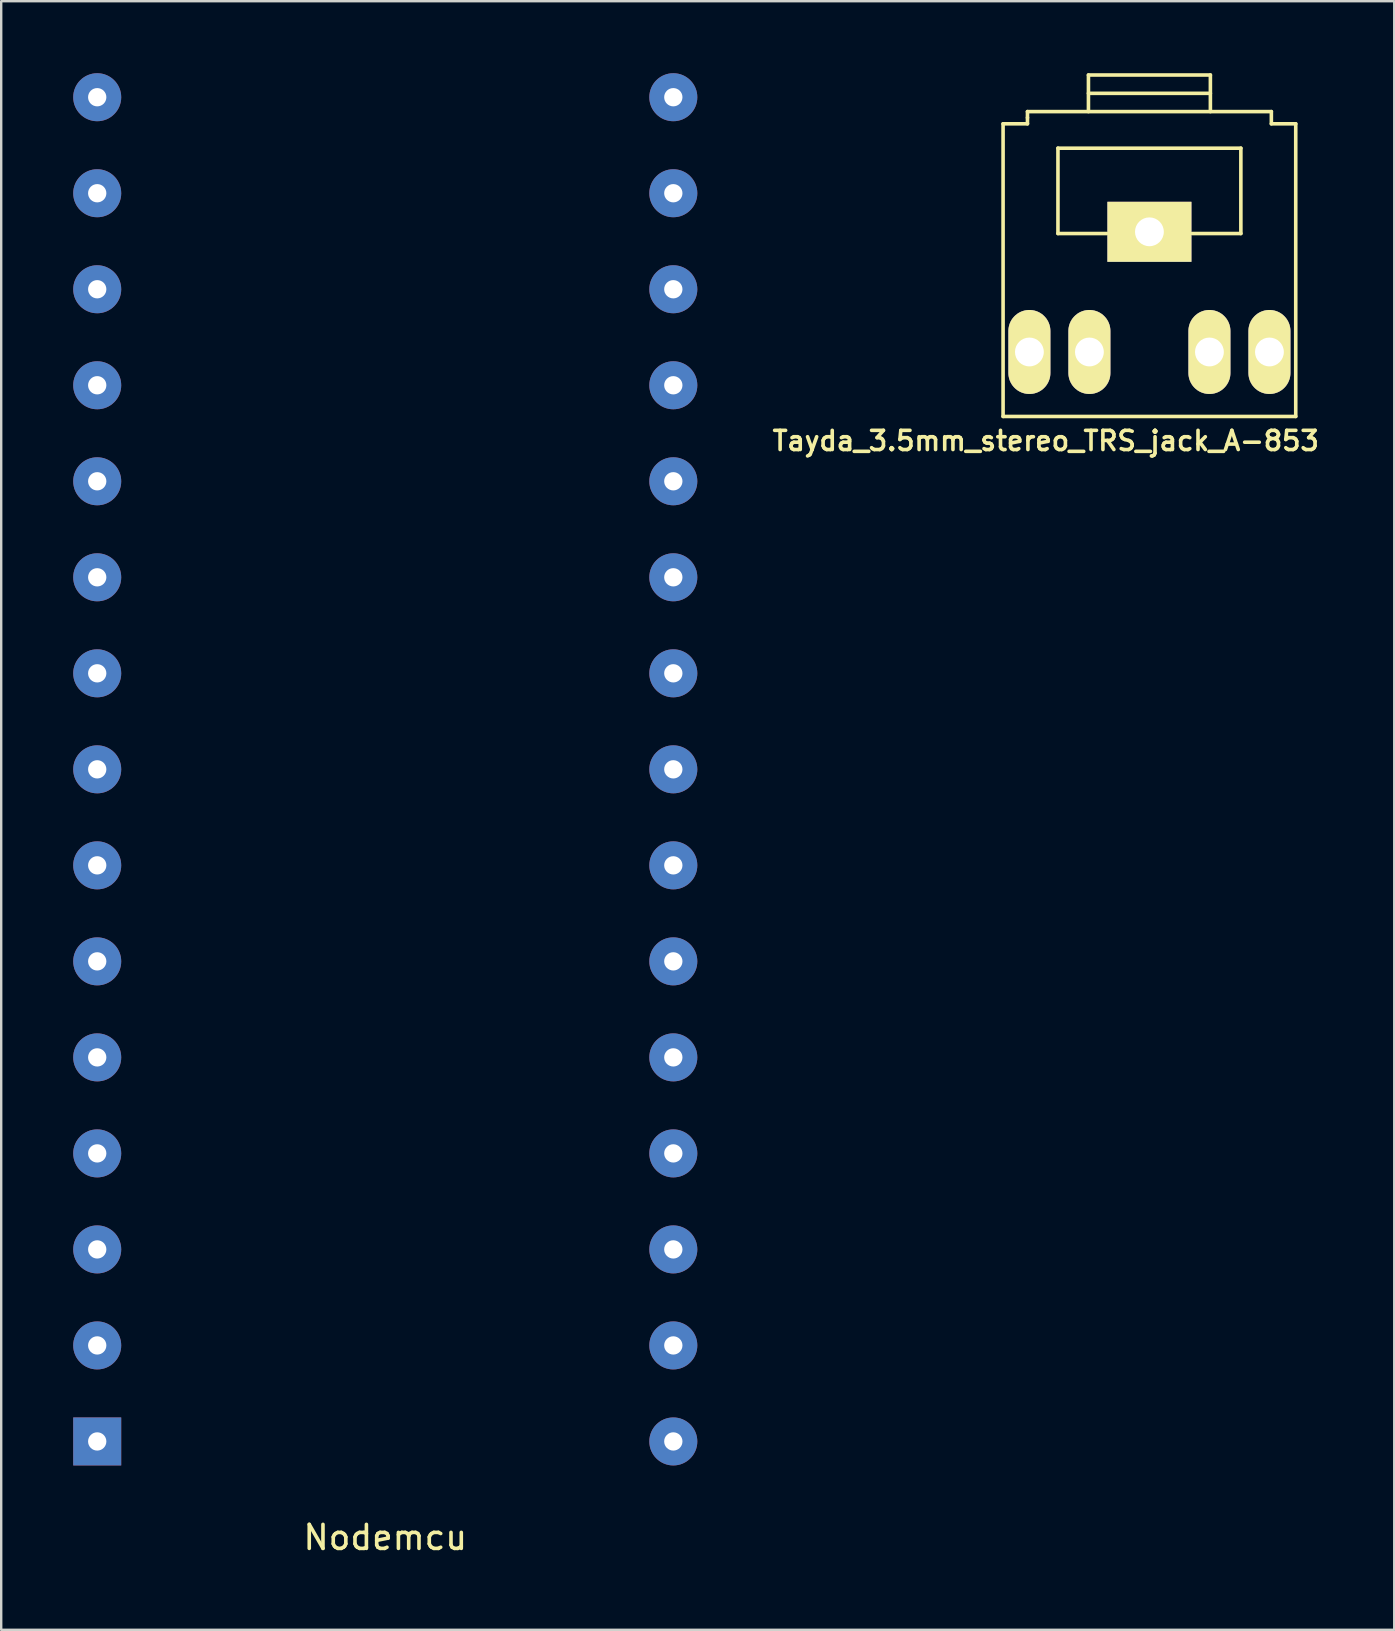
<source format=kicad_pcb>
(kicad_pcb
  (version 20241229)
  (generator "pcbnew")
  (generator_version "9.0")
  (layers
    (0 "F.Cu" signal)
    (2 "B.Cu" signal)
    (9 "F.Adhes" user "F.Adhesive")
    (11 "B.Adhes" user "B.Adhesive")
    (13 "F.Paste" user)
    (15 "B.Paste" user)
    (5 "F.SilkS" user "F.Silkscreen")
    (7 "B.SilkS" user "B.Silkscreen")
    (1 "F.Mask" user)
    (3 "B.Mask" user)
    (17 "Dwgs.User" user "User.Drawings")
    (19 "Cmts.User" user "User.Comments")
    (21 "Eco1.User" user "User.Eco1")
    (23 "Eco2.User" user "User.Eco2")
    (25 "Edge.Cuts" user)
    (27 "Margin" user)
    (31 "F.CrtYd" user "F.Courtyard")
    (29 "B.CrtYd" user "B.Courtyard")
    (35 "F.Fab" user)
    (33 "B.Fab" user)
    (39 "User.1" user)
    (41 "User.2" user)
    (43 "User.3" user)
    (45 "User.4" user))
  (footprint "Nodemcu"
    (layer "F.Cu")
    (at 13 57)
    (property "Reference" "Nodemcu" (at 0 4 0) (layer "F.SilkS") (effects (font (size 1 1) (thickness 0.15))))
    (attr through_hole)
    (fp_line (start -10 -56) (end -10 0) (stroke (width 0.5) (type solid)) (layer "Eco2.User"))
    (fp_line (start -10 0) (end 10 0) (stroke (width 0.5) (type solid)) (layer "Eco2.User"))
    (fp_line (start -3 0) (end -3 -4) (stroke (width 0.5) (type solid)) (layer "Eco2.User"))
    (fp_line (start 3 -4) (end -3 -4) (stroke (width 0.5) (type solid)) (layer "Eco2.User"))
    (fp_line (start 3 -4) (end 3 0) (stroke (width 0.5) (type solid)) (layer "Eco2.User"))
    (fp_line (start 10 -56) (end -10 -56) (stroke (width 0.5) (type solid)) (layer "Eco2.User"))
    (fp_line (start 10 0) (end 10 -56) (stroke (width 0.5) (type solid)) (layer "Eco2.User"))
    (pad "1" thru_hole rect (at -12 0) (size 2 2) (drill 0.762) (layers "*.Cu" "*.Mask"))
    (pad "2" thru_hole circle (at -12 -4) (size 2 2) (drill 0.762) (layers "*.Cu" "*.Mask"))
    (pad "3" thru_hole circle (at -12 -8) (size 2 2) (drill 0.762) (layers "*.Cu" "*.Mask"))
    (pad "4" thru_hole circle (at -12 -12) (size 2 2) (drill 0.762) (layers "*.Cu" "*.Mask"))
    (pad "5" thru_hole circle (at -12 -16) (size 2 2) (drill 0.762) (layers "*.Cu" "*.Mask"))
    (pad "6" thru_hole circle (at -12 -20) (size 2 2) (drill 0.762) (layers "*.Cu" "*.Mask"))
    (pad "7" thru_hole circle (at -12 -24) (size 2 2) (drill 0.762) (layers "*.Cu" "*.Mask"))
    (pad "8" thru_hole circle (at -12 -28) (size 2 2) (drill 0.762) (layers "*.Cu" "*.Mask"))
    (pad "9" thru_hole circle (at -12 -32) (size 2 2) (drill 0.762) (layers "*.Cu" "*.Mask"))
    (pad "10" thru_hole circle (at -12 -36) (size 2 2) (drill 0.762) (layers "*.Cu" "*.Mask"))
    (pad "11" thru_hole circle (at -12 -40) (size 2 2) (drill 0.762) (layers "*.Cu" "*.Mask"))
    (pad "12" thru_hole circle (at -12 -44) (size 2 2) (drill 0.762) (layers "*.Cu" "*.Mask"))
    (pad "13" thru_hole circle (at -12 -48) (size 2 2) (drill 0.762) (layers "*.Cu" "*.Mask"))
    (pad "14" thru_hole circle (at -12 -52) (size 2 2) (drill 0.762) (layers "*.Cu" "*.Mask"))
    (pad "15" thru_hole circle (at -12 -56) (size 2 2) (drill 0.762) (layers "*.Cu" "*.Mask"))
    (pad "16" thru_hole circle (at 12 0) (size 2 2) (drill 0.762) (layers "*.Cu" "*.Mask"))
    (pad "17" thru_hole circle (at 12 -4) (size 2 2) (drill 0.762) (layers "*.Cu" "*.Mask"))
    (pad "18" thru_hole circle (at 12 -8) (size 2 2) (drill 0.762) (layers "*.Cu" "*.Mask"))
    (pad "19" thru_hole circle (at 12 -12) (size 2 2) (drill 0.762) (layers "*.Cu" "*.Mask"))
    (pad "20" thru_hole circle (at 12 -16) (size 2 2) (drill 0.762) (layers "*.Cu" "*.Mask"))
    (pad "21" thru_hole circle (at 12 -20) (size 2 2) (drill 0.762) (layers "*.Cu" "*.Mask"))
    (pad "22" thru_hole circle (at 12 -24) (size 2 2) (drill 0.762) (layers "*.Cu" "*.Mask"))
    (pad "23" thru_hole circle (at 12 -28) (size 2 2) (drill 0.762) (layers "*.Cu" "*.Mask"))
    (pad "24" thru_hole circle (at 12 -32) (size 2 2) (drill 0.762) (layers "*.Cu" "*.Mask"))
    (pad "25" thru_hole circle (at 12 -36) (size 2 2) (drill 0.762) (layers "*.Cu" "*.Mask"))
    (pad "26" thru_hole circle (at 12 -40) (size 2 2) (drill 0.762) (layers "*.Cu" "*.Mask"))
    (pad "27" thru_hole circle (at 12 -44) (size 2 2) (drill 0.762) (layers "*.Cu" "*.Mask"))
    (pad "28" thru_hole circle (at 12 -48) (size 2 2) (drill 0.762) (layers "*.Cu" "*.Mask"))
    (pad "29" thru_hole circle (at 12 -52) (size 2 2) (drill 0.762) (layers "*.Cu" "*.Mask"))
    (pad "30" thru_hole circle (at 12 -56) (size 2 2) (drill 0.762) (layers "*.Cu" "*.Mask")))
  (footprint "Tayda_3.5mm_stereo_TRS_jack_A-853"
    (layer "F.Cu")
    (at 44.834 8.203)
    (property "Reference" "Tayda_3.5mm_stereo_TRS_jack_A-853" (at -4.318 7.112 0) (layer "F.SilkS") (effects (font (size 0.8 0.8) (thickness 0.15))))
    (attr through_hole)
    (fp_line (start -6.096 6.096) (end -6.096 -6.096) (stroke (width 0.15) (type solid)) (layer "F.SilkS"))
    (fp_line (start -5.08 -6.604) (end 5.08 -6.604) (stroke (width 0.15) (type solid)) (layer "F.SilkS"))
    (fp_line (start -5.08 -6.35) (end -5.08 -6.604) (stroke (width 0.15) (type solid)) (layer "F.SilkS"))
    (fp_line (start -5.08 -6.096) (end -6.096 -6.096) (stroke (width 0.15) (type solid)) (layer "F.SilkS"))
    (fp_line (start -5.08 -6.096) (end -5.08 -6.35) (stroke (width 0.15) (type solid)) (layer "F.SilkS"))
    (fp_line (start -3.81 -5.08) (end 3.81 -5.08) (stroke (width 0.15) (type solid)) (layer "F.SilkS"))
    (fp_line (start -3.81 -1.524) (end -3.81 -5.08) (stroke (width 0.15) (type solid)) (layer "F.SilkS"))
    (fp_line (start -2.54 -8.128) (end -2.54 -6.604) (stroke (width 0.15) (type solid)) (layer "F.SilkS"))
    (fp_line (start -2.54 -8.128) (end 2.54 -8.128) (stroke (width 0.15) (type solid)) (layer "F.SilkS"))
    (fp_line (start -2.54 -7.366) (end 2.54 -7.366) (stroke (width 0.15) (type solid)) (layer "F.SilkS"))
    (fp_line (start -1.778 -1.524) (end -3.81 -1.524) (stroke (width 0.15) (type solid)) (layer "F.SilkS"))
    (fp_line (start 2.54 -6.604) (end 2.54 -8.128) (stroke (width 0.15) (type solid)) (layer "F.SilkS"))
    (fp_line (start 3.81 -5.08) (end 3.81 -1.524) (stroke (width 0.15) (type solid)) (layer "F.SilkS"))
    (fp_line (start 3.81 -1.524) (end 1.778 -1.524) (stroke (width 0.15) (type solid)) (layer "F.SilkS"))
    (fp_line (start 5.08 -6.604) (end 5.08 -6.096) (stroke (width 0.15) (type solid)) (layer "F.SilkS"))
    (fp_line (start 6.096 -6.096) (end 5.08 -6.096) (stroke (width 0.15) (type solid)) (layer "F.SilkS"))
    (fp_line (start 6.096 -6.096) (end 6.096 6.096) (stroke (width 0.15) (type solid)) (layer "F.SilkS"))
    (fp_line (start 6.096 6.096) (end -6.096 6.096) (stroke (width 0.15) (type solid)) (layer "F.SilkS"))
    (pad "G" thru_hole rect (at 0 -1.596) (size 3.5 2.5) (drill 1.2) (layers "*.Cu" "*.Mask" "F.SilkS"))
    (pad "R1" thru_hole oval (at -2.5 3.41) (size 1.75 3.5) (drill 1.2) (layers "*.Cu" "*.Mask" "F.SilkS"))
    (pad "R2" thru_hole oval (at 2.5 3.41) (size 1.75 3.5) (drill 1.2) (layers "*.Cu" "*.Mask" "F.SilkS"))
    (pad "S" thru_hole oval (at -5 3.41) (size 1.75 3.5) (drill 1.2) (layers "*.Cu" "*.Mask" "F.SilkS"))
    (pad "T" thru_hole oval (at 5 3.41) (size 1.75 3.5) (drill 1.2) (layers "*.Cu" "*.Mask" "F.SilkS")))
  (gr_rect
    (start -3 -3)
    (end 55.033 64.848)
    (stroke (width 0.1) (type default))
    (fill no)
    (layer "Edge.Cuts")))
</source>
